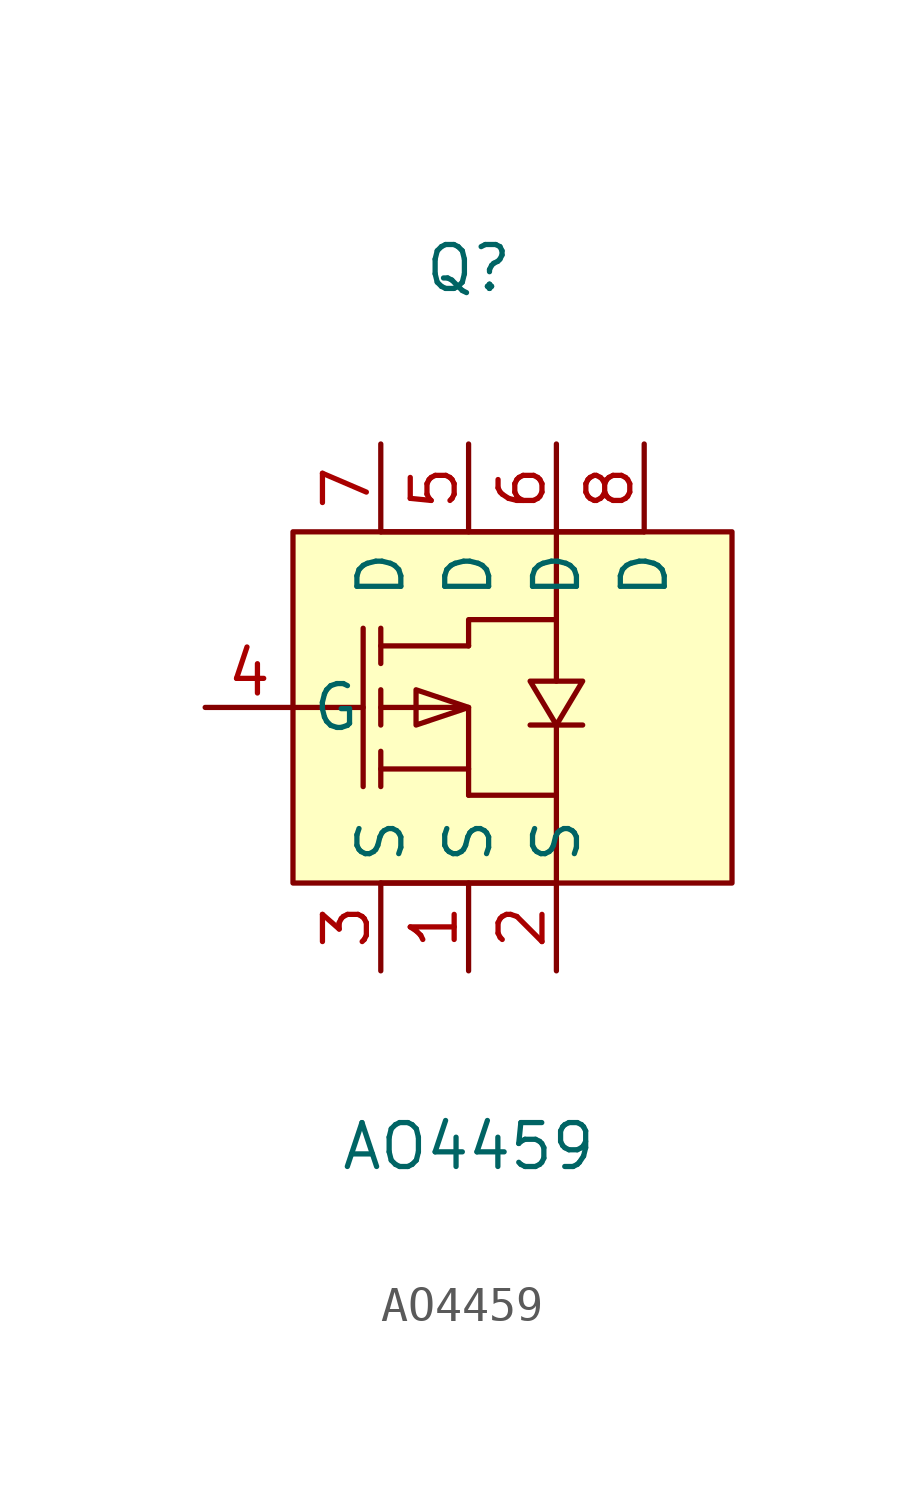
<source format=kicad_sym>
(kicad_symbol_lib
  (version 20231120)
  (generator "kicad_symbol_editor")
  (generator_version "8.0")
  (symbol "AO4459"
    (property "Reference" "Q"
      (at 0 12.7 0)
      (effects (font (size 1.27 1.27))))
    (property "Value" "AO4459"
      (at 0 -12.7 0)
      (effects (font (size 1.27 1.27))))
    (symbol "AO4459_0_1"
      (rectangle (start -5.08 5.08) (end 7.62 -5.08) (stroke (width 0) (type default)) (fill (type background)))
      (polyline (pts (xy -5.08 0) (xy -3.05 0)) (stroke (width 0) (type default)) (fill (type none)))
      (polyline (pts (xy -3.05 2.29) (xy -3.05 -2.29)) (stroke (width 0) (type default)) (fill (type none)))
      (polyline (pts (xy -2.54 -2.29) (xy -2.54 -1.27)) (stroke (width 0) (type default)) (fill (type none)))
      (polyline (pts (xy -2.54 -0.51) (xy -2.54 0.51)) (stroke (width 0) (type default)) (fill (type none)))
      (polyline (pts (xy -2.54 1.27) (xy -2.54 2.29)) (stroke (width 0) (type default)) (fill (type none)))
      (polyline (pts (xy 0 -1.78) (xy -2.54 -1.78)) (stroke (width 0) (type default)) (fill (type none)))
      (polyline (pts (xy 0 1.78) (xy -2.54 1.78)) (stroke (width 0) (type default)) (fill (type none)))
      (polyline (pts (xy 2.54 -5.08) (xy -2.54 -5.08)) (stroke (width 0) (type default)) (fill (type none)))
      (polyline (pts (xy 2.54 -5.08) (xy 2.54 -2.54)) (stroke (width 0) (type default)) (fill (type none)))
      (polyline (pts (xy 2.54 2.54) (xy 2.54 5.08)) (stroke (width 0) (type default)) (fill (type none)))
      (polyline (pts (xy 5.08 5.08) (xy -2.54 5.08)) (stroke (width 0) (type default)) (fill (type none)))
      (polyline (pts (xy -2.54 0) (xy 0 0) (xy 0 -2.54)) (stroke (width 0) (type default)) (fill (type none)))
      (polyline (pts (xy 0 -2.54) (xy 2.54 -2.54) (xy 2.54 -0.51)) (stroke (width 0) (type default)) (fill (type none)))
      (polyline (pts (xy 0 0) (xy -1.52 0.51) (xy -1.52 -0.51) (xy 0 0)) (stroke (width 0) (type default)) (fill (type background)))
      (polyline (pts (xy 0 1.78) (xy 0 2.54) (xy 2.54 2.54) (xy 2.54 0.76)) (stroke (width 0) (type default)) (fill (type none)))
      (polyline (pts (xy 2.54 -0.51) (xy 3.3 0.76) (xy 1.78 0.76) (xy 2.54 -0.51)) (stroke (width 0) (type default)) (fill (type background)))
      (polyline (pts (xy 3.3 -0.51) (xy 3.05 -0.51) (xy 2.03 -0.51) (xy 1.78 -0.51)) (stroke (width 0) (type default)) (fill (type none)))
      (pin unspecified line (at 0 -7.62 90) (length 2.54) (name "S" (effects (font (size 1.27 1.27)))) (number "1" (effects (font (size 1.27 1.27)))))
      (pin unspecified line (at 2.54 -7.62 90) (length 2.54) (name "S" (effects (font (size 1.27 1.27)))) (number "2" (effects (font (size 1.27 1.27)))))
      (pin unspecified line (at -2.54 -7.62 90) (length 2.54) (name "S" (effects (font (size 1.27 1.27)))) (number "3" (effects (font (size 1.27 1.27)))))
      (pin unspecified line (at -7.62 0 0) (length 2.54) (name "G" (effects (font (size 1.27 1.27)))) (number "4" (effects (font (size 1.27 1.27)))))
      (pin unspecified line (at 0 7.62 270) (length 2.54) (name "D" (effects (font (size 1.27 1.27)))) (number "5" (effects (font (size 1.27 1.27)))))
      (pin unspecified line (at 2.54 7.62 270) (length 2.54) (name "D" (effects (font (size 1.27 1.27)))) (number "6" (effects (font (size 1.27 1.27)))))
      (pin unspecified line (at -2.54 7.62 270) (length 2.54) (name "D" (effects (font (size 1.27 1.27)))) (number "7" (effects (font (size 1.27 1.27)))))
      (pin unspecified line (at 5.08 7.62 270) (length 2.54) (name "D" (effects (font (size 1.27 1.27)))) (number "8" (effects (font (size 1.27 1.27))))))))
</source>
